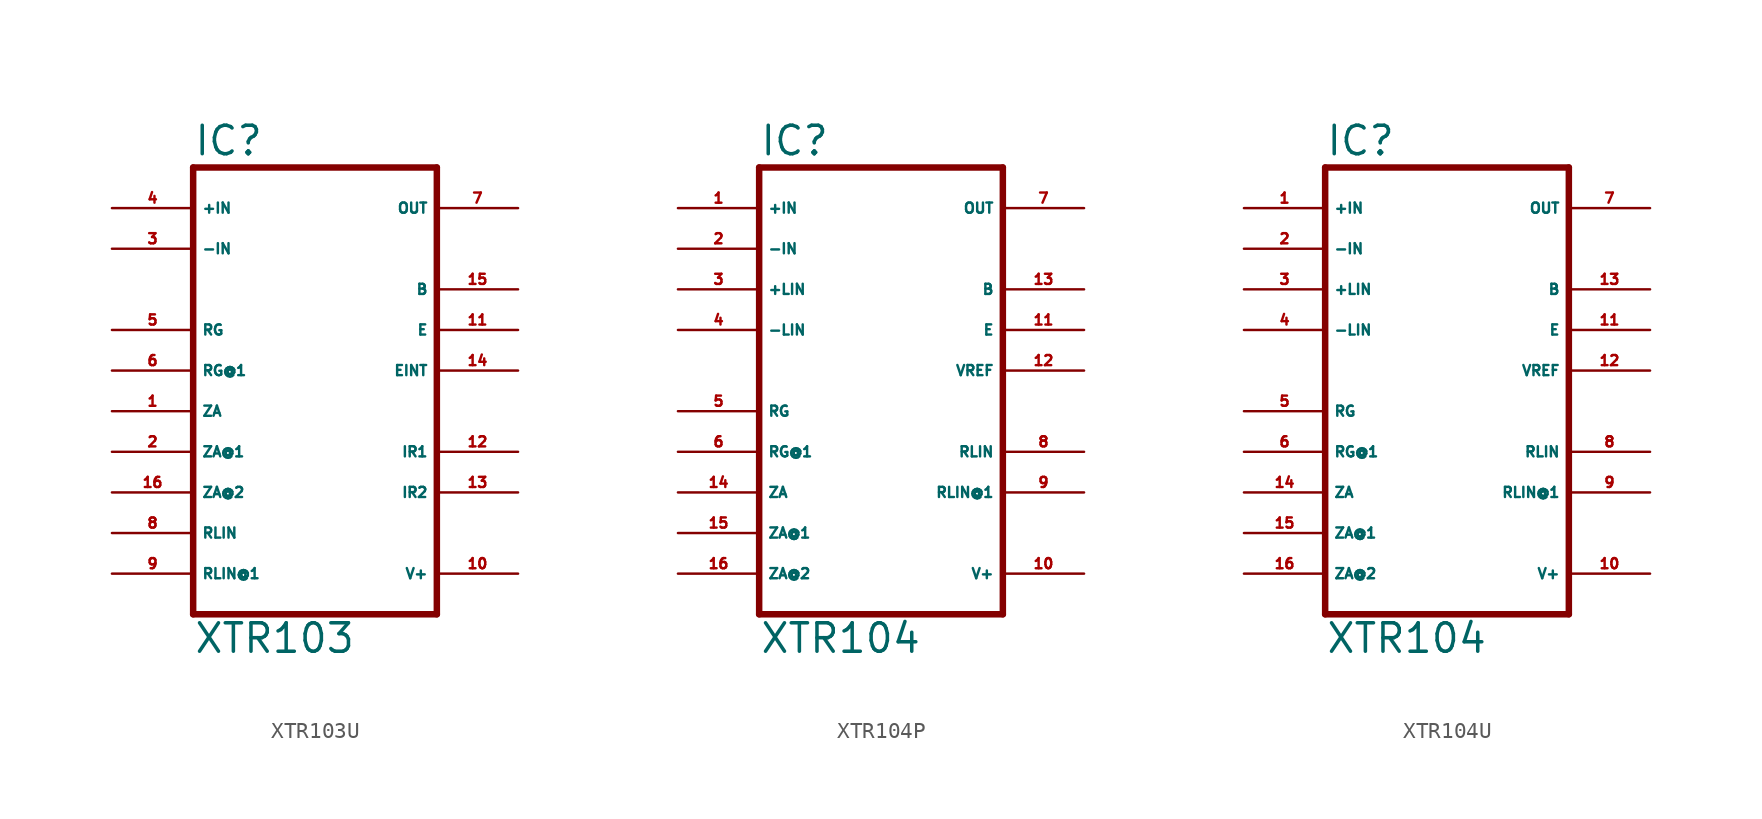
<source format=kicad_sym>
(kicad_symbol_lib
  (version 20220914)
  (generator Eagle2Kicad)
  (symbol "XTR103U"
    (property "Reference" "IC"
      (at -7.62 15.875 0)
      (effects (font (size 1.778 1.778) (thickness 0.22)) (justify left bottom)))
    (property "Value" "XTR103"
      (at -7.62 -15.24 0)
      (effects (font (size 1.778 1.778) (thickness 0.22)) (justify left bottom)))
    (polyline
      (pts (xy -7.62 -12.7) (xy 7.62 -12.7))
      (stroke (width 0.406) (type default))
      (fill (type none)))
    (polyline
      (pts (xy 7.62 -12.7) (xy 7.62 15.24))
      (stroke (width 0.406) (type default))
      (fill (type none)))
    (polyline
      (pts (xy 7.62 15.24) (xy -7.62 15.24))
      (stroke (width 0.406) (type default))
      (fill (type none)))
    (polyline
      (pts (xy -7.62 15.24) (xy -7.62 -12.7))
      (stroke (width 0.406) (type default))
      (fill (type none)))
    (pin input line
      (at -12.7 12.7 0)
      (length 5.08)
      (name "+IN" (effects (font (size 0.635 0.635) (thickness 0.08)) (justify left bottom)))
      (number "4" (effects (font (size 0.635 0.635) (thickness 0.08)) (justify left bottom))))
    (pin input line
      (at -12.7 10.16 0)
      (length 5.08)
      (name "-IN" (effects (font (size 0.635 0.635) (thickness 0.08)) (justify left bottom)))
      (number "3" (effects (font (size 0.635 0.635) (thickness 0.08)) (justify left bottom))))
    (pin passive line
      (at -12.7 0 0)
      (length 5.08)
      (name "ZA" (effects (font (size 0.635 0.635) (thickness 0.08)) (justify left bottom)))
      (number "1" (effects (font (size 0.635 0.635) (thickness 0.08)) (justify left bottom))))
    (pin passive line
      (at -12.7 -2.54 0)
      (length 5.08)
      (name "ZA@1" (effects (font (size 0.635 0.635) (thickness 0.08)) (justify left bottom)))
      (number "2" (effects (font (size 0.635 0.635) (thickness 0.08)) (justify left bottom))))
    (pin passive line
      (at -12.7 -5.08 0)
      (length 5.08)
      (name "ZA@2" (effects (font (size 0.635 0.635) (thickness 0.08)) (justify left bottom)))
      (number "16" (effects (font (size 0.635 0.635) (thickness 0.08)) (justify left bottom))))
    (pin passive line
      (at -12.7 5.08 0)
      (length 5.08)
      (name "RG" (effects (font (size 0.635 0.635) (thickness 0.08)) (justify left bottom)))
      (number "5" (effects (font (size 0.635 0.635) (thickness 0.08)) (justify left bottom))))
    (pin passive line
      (at -12.7 2.54 0)
      (length 5.08)
      (name "RG@1" (effects (font (size 0.635 0.635) (thickness 0.08)) (justify left bottom)))
      (number "6" (effects (font (size 0.635 0.635) (thickness 0.08)) (justify left bottom))))
    (pin output line
      (at 12.7 7.62 180)
      (length 5.08)
      (name "B" (effects (font (size 0.635 0.635) (thickness 0.08)) (justify left bottom)))
      (number "15" (effects (font (size 0.635 0.635) (thickness 0.08)) (justify left bottom))))
    (pin output line
      (at 12.7 5.08 180)
      (length 5.08)
      (name "E" (effects (font (size 0.635 0.635) (thickness 0.08)) (justify left bottom)))
      (number "11" (effects (font (size 0.635 0.635) (thickness 0.08)) (justify left bottom))))
    (pin unspecified line
      (at 12.7 -10.16 180)
      (length 5.08)
      (name "V+" (effects (font (size 0.635 0.635) (thickness 0.08)) (justify left bottom)))
      (number "10" (effects (font (size 0.635 0.635) (thickness 0.08)) (justify left bottom))))
    (pin passive line
      (at -12.7 -7.62 0)
      (length 5.08)
      (name "RLIN" (effects (font (size 0.635 0.635) (thickness 0.08)) (justify left bottom)))
      (number "8" (effects (font (size 0.635 0.635) (thickness 0.08)) (justify left bottom))))
    (pin passive line
      (at -12.7 -10.16 0)
      (length 5.08)
      (name "RLIN@1" (effects (font (size 0.635 0.635) (thickness 0.08)) (justify left bottom)))
      (number "9" (effects (font (size 0.635 0.635) (thickness 0.08)) (justify left bottom))))
    (pin output line
      (at 12.7 12.7 180)
      (length 5.08)
      (name "OUT" (effects (font (size 0.635 0.635) (thickness 0.08)) (justify left bottom)))
      (number "7" (effects (font (size 0.635 0.635) (thickness 0.08)) (justify left bottom))))
    (pin passive line
      (at 12.7 -5.08 180)
      (length 5.08)
      (name "IR2" (effects (font (size 0.635 0.635) (thickness 0.08)) (justify left bottom)))
      (number "13" (effects (font (size 0.635 0.635) (thickness 0.08)) (justify left bottom))))
    (pin passive line
      (at 12.7 -2.54 180)
      (length 5.08)
      (name "IR1" (effects (font (size 0.635 0.635) (thickness 0.08)) (justify left bottom)))
      (number "12" (effects (font (size 0.635 0.635) (thickness 0.08)) (justify left bottom))))
    (pin passive line
      (at 12.7 2.54 180)
      (length 5.08)
      (name "EINT" (effects (font (size 0.635 0.635) (thickness 0.08)) (justify left bottom)))
      (number "14" (effects (font (size 0.635 0.635) (thickness 0.08)) (justify left bottom)))))
  (symbol "XTR104P"
    (property "Reference" "IC"
      (at -7.62 15.875 0)
      (effects (font (size 1.778 1.778) (thickness 0.22)) (justify left bottom)))
    (property "Value" "XTR104"
      (at -7.62 -15.24 0)
      (effects (font (size 1.778 1.778) (thickness 0.22)) (justify left bottom)))
    (polyline
      (pts (xy -7.62 -12.7) (xy 7.62 -12.7))
      (stroke (width 0.406) (type default))
      (fill (type none)))
    (polyline
      (pts (xy 7.62 -12.7) (xy 7.62 15.24))
      (stroke (width 0.406) (type default))
      (fill (type none)))
    (polyline
      (pts (xy 7.62 15.24) (xy -7.62 15.24))
      (stroke (width 0.406) (type default))
      (fill (type none)))
    (polyline
      (pts (xy -7.62 15.24) (xy -7.62 -12.7))
      (stroke (width 0.406) (type default))
      (fill (type none)))
    (pin input line
      (at -12.7 12.7 0)
      (length 5.08)
      (name "+IN" (effects (font (size 0.635 0.635) (thickness 0.08)) (justify left bottom)))
      (number "1" (effects (font (size 0.635 0.635) (thickness 0.08)) (justify left bottom))))
    (pin input line
      (at -12.7 10.16 0)
      (length 5.08)
      (name "-IN" (effects (font (size 0.635 0.635) (thickness 0.08)) (justify left bottom)))
      (number "2" (effects (font (size 0.635 0.635) (thickness 0.08)) (justify left bottom))))
    (pin passive line
      (at -12.7 -5.08 0)
      (length 5.08)
      (name "ZA" (effects (font (size 0.635 0.635) (thickness 0.08)) (justify left bottom)))
      (number "14" (effects (font (size 0.635 0.635) (thickness 0.08)) (justify left bottom))))
    (pin passive line
      (at -12.7 -7.62 0)
      (length 5.08)
      (name "ZA@1" (effects (font (size 0.635 0.635) (thickness 0.08)) (justify left bottom)))
      (number "15" (effects (font (size 0.635 0.635) (thickness 0.08)) (justify left bottom))))
    (pin passive line
      (at -12.7 -10.16 0)
      (length 5.08)
      (name "ZA@2" (effects (font (size 0.635 0.635) (thickness 0.08)) (justify left bottom)))
      (number "16" (effects (font (size 0.635 0.635) (thickness 0.08)) (justify left bottom))))
    (pin passive line
      (at -12.7 0 0)
      (length 5.08)
      (name "RG" (effects (font (size 0.635 0.635) (thickness 0.08)) (justify left bottom)))
      (number "5" (effects (font (size 0.635 0.635) (thickness 0.08)) (justify left bottom))))
    (pin passive line
      (at -12.7 -2.54 0)
      (length 5.08)
      (name "RG@1" (effects (font (size 0.635 0.635) (thickness 0.08)) (justify left bottom)))
      (number "6" (effects (font (size 0.635 0.635) (thickness 0.08)) (justify left bottom))))
    (pin output line
      (at 12.7 7.62 180)
      (length 5.08)
      (name "B" (effects (font (size 0.635 0.635) (thickness 0.08)) (justify left bottom)))
      (number "13" (effects (font (size 0.635 0.635) (thickness 0.08)) (justify left bottom))))
    (pin output line
      (at 12.7 5.08 180)
      (length 5.08)
      (name "E" (effects (font (size 0.635 0.635) (thickness 0.08)) (justify left bottom)))
      (number "11" (effects (font (size 0.635 0.635) (thickness 0.08)) (justify left bottom))))
    (pin unspecified line
      (at 12.7 -10.16 180)
      (length 5.08)
      (name "V+" (effects (font (size 0.635 0.635) (thickness 0.08)) (justify left bottom)))
      (number "10" (effects (font (size 0.635 0.635) (thickness 0.08)) (justify left bottom))))
    (pin input line
      (at -12.7 7.62 0)
      (length 5.08)
      (name "+LIN" (effects (font (size 0.635 0.635) (thickness 0.08)) (justify left bottom)))
      (number "3" (effects (font (size 0.635 0.635) (thickness 0.08)) (justify left bottom))))
    (pin input line
      (at -12.7 5.08 0)
      (length 5.08)
      (name "-LIN" (effects (font (size 0.635 0.635) (thickness 0.08)) (justify left bottom)))
      (number "4" (effects (font (size 0.635 0.635) (thickness 0.08)) (justify left bottom))))
    (pin output line
      (at 12.7 12.7 180)
      (length 5.08)
      (name "OUT" (effects (font (size 0.635 0.635) (thickness 0.08)) (justify left bottom)))
      (number "7" (effects (font (size 0.635 0.635) (thickness 0.08)) (justify left bottom))))
    (pin passive line
      (at 12.7 -5.08 180)
      (length 5.08)
      (name "RLIN@1" (effects (font (size 0.635 0.635) (thickness 0.08)) (justify left bottom)))
      (number "9" (effects (font (size 0.635 0.635) (thickness 0.08)) (justify left bottom))))
    (pin output line
      (at 12.7 2.54 180)
      (length 5.08)
      (name "VREF" (effects (font (size 0.635 0.635) (thickness 0.08)) (justify left bottom)))
      (number "12" (effects (font (size 0.635 0.635) (thickness 0.08)) (justify left bottom))))
    (pin passive line
      (at 12.7 -2.54 180)
      (length 5.08)
      (name "RLIN" (effects (font (size 0.635 0.635) (thickness 0.08)) (justify left bottom)))
      (number "8" (effects (font (size 0.635 0.635) (thickness 0.08)) (justify left bottom)))))
  (symbol "XTR104U"
    (property "Reference" "IC"
      (at -7.62 15.875 0)
      (effects (font (size 1.778 1.778) (thickness 0.22)) (justify left bottom)))
    (property "Value" "XTR104"
      (at -7.62 -15.24 0)
      (effects (font (size 1.778 1.778) (thickness 0.22)) (justify left bottom)))
    (polyline
      (pts (xy -7.62 -12.7) (xy 7.62 -12.7))
      (stroke (width 0.406) (type default))
      (fill (type none)))
    (polyline
      (pts (xy 7.62 -12.7) (xy 7.62 15.24))
      (stroke (width 0.406) (type default))
      (fill (type none)))
    (polyline
      (pts (xy 7.62 15.24) (xy -7.62 15.24))
      (stroke (width 0.406) (type default))
      (fill (type none)))
    (polyline
      (pts (xy -7.62 15.24) (xy -7.62 -12.7))
      (stroke (width 0.406) (type default))
      (fill (type none)))
    (pin input line
      (at -12.7 12.7 0)
      (length 5.08)
      (name "+IN" (effects (font (size 0.635 0.635) (thickness 0.08)) (justify left bottom)))
      (number "1" (effects (font (size 0.635 0.635) (thickness 0.08)) (justify left bottom))))
    (pin input line
      (at -12.7 10.16 0)
      (length 5.08)
      (name "-IN" (effects (font (size 0.635 0.635) (thickness 0.08)) (justify left bottom)))
      (number "2" (effects (font (size 0.635 0.635) (thickness 0.08)) (justify left bottom))))
    (pin passive line
      (at -12.7 -5.08 0)
      (length 5.08)
      (name "ZA" (effects (font (size 0.635 0.635) (thickness 0.08)) (justify left bottom)))
      (number "14" (effects (font (size 0.635 0.635) (thickness 0.08)) (justify left bottom))))
    (pin passive line
      (at -12.7 -7.62 0)
      (length 5.08)
      (name "ZA@1" (effects (font (size 0.635 0.635) (thickness 0.08)) (justify left bottom)))
      (number "15" (effects (font (size 0.635 0.635) (thickness 0.08)) (justify left bottom))))
    (pin passive line
      (at -12.7 -10.16 0)
      (length 5.08)
      (name "ZA@2" (effects (font (size 0.635 0.635) (thickness 0.08)) (justify left bottom)))
      (number "16" (effects (font (size 0.635 0.635) (thickness 0.08)) (justify left bottom))))
    (pin passive line
      (at -12.7 0 0)
      (length 5.08)
      (name "RG" (effects (font (size 0.635 0.635) (thickness 0.08)) (justify left bottom)))
      (number "5" (effects (font (size 0.635 0.635) (thickness 0.08)) (justify left bottom))))
    (pin passive line
      (at -12.7 -2.54 0)
      (length 5.08)
      (name "RG@1" (effects (font (size 0.635 0.635) (thickness 0.08)) (justify left bottom)))
      (number "6" (effects (font (size 0.635 0.635) (thickness 0.08)) (justify left bottom))))
    (pin output line
      (at 12.7 7.62 180)
      (length 5.08)
      (name "B" (effects (font (size 0.635 0.635) (thickness 0.08)) (justify left bottom)))
      (number "13" (effects (font (size 0.635 0.635) (thickness 0.08)) (justify left bottom))))
    (pin output line
      (at 12.7 5.08 180)
      (length 5.08)
      (name "E" (effects (font (size 0.635 0.635) (thickness 0.08)) (justify left bottom)))
      (number "11" (effects (font (size 0.635 0.635) (thickness 0.08)) (justify left bottom))))
    (pin unspecified line
      (at 12.7 -10.16 180)
      (length 5.08)
      (name "V+" (effects (font (size 0.635 0.635) (thickness 0.08)) (justify left bottom)))
      (number "10" (effects (font (size 0.635 0.635) (thickness 0.08)) (justify left bottom))))
    (pin input line
      (at -12.7 7.62 0)
      (length 5.08)
      (name "+LIN" (effects (font (size 0.635 0.635) (thickness 0.08)) (justify left bottom)))
      (number "3" (effects (font (size 0.635 0.635) (thickness 0.08)) (justify left bottom))))
    (pin input line
      (at -12.7 5.08 0)
      (length 5.08)
      (name "-LIN" (effects (font (size 0.635 0.635) (thickness 0.08)) (justify left bottom)))
      (number "4" (effects (font (size 0.635 0.635) (thickness 0.08)) (justify left bottom))))
    (pin output line
      (at 12.7 12.7 180)
      (length 5.08)
      (name "OUT" (effects (font (size 0.635 0.635) (thickness 0.08)) (justify left bottom)))
      (number "7" (effects (font (size 0.635 0.635) (thickness 0.08)) (justify left bottom))))
    (pin passive line
      (at 12.7 -5.08 180)
      (length 5.08)
      (name "RLIN@1" (effects (font (size 0.635 0.635) (thickness 0.08)) (justify left bottom)))
      (number "9" (effects (font (size 0.635 0.635) (thickness 0.08)) (justify left bottom))))
    (pin output line
      (at 12.7 2.54 180)
      (length 5.08)
      (name "VREF" (effects (font (size 0.635 0.635) (thickness 0.08)) (justify left bottom)))
      (number "12" (effects (font (size 0.635 0.635) (thickness 0.08)) (justify left bottom))))
    (pin passive line
      (at 12.7 -2.54 180)
      (length 5.08)
      (name "RLIN" (effects (font (size 0.635 0.635) (thickness 0.08)) (justify left bottom)))
      (number "8" (effects (font (size 0.635 0.635) (thickness 0.08)) (justify left bottom))))))
</source>
